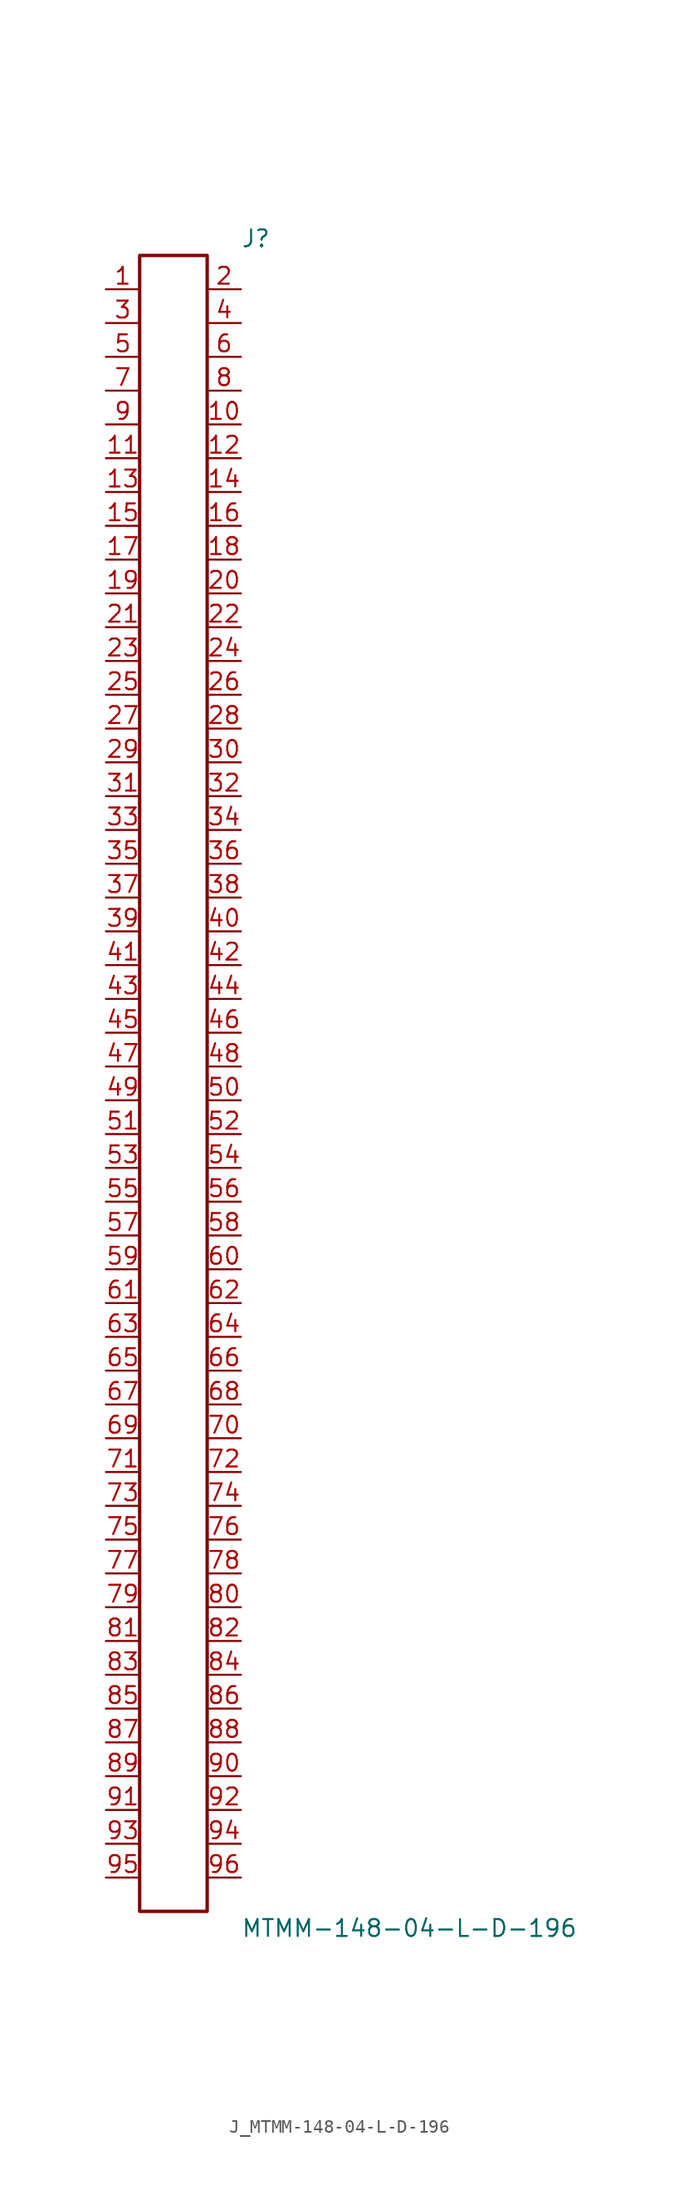
<source format=kicad_sym>
(kicad_symbol_lib
  (version 20231120)
  (generator kicad_symbol_editor)
  (generator_version 8.0)
  (symbol "J_MTMM-148-04-L-D-196"
    (pin_names
      (offset 0.254))
    (property "Reference" "J"
      (at 5.08 63.5 0)
      (effects (font (size 1.27 1.27)) (justify left)))
    (property "Value" "MTMM-148-04-L-D-196"
      (at 5.08 -63.5 0)
      (effects (font (size 1.27 1.27)) (justify left)))
    (symbol "J_MTMM-148-04-L-D-196_0_0"
      (pin passive line (at -5.08 59.69 0) (length 2.54) (name "" (effects (font (size 1.27 1.27)))) (number "1" (effects (font (size 1.27 1.27)))))
      (pin passive line (at 5.08 59.69 180) (length 2.54) (name "" (effects (font (size 1.27 1.27)))) (number "2" (effects (font (size 1.27 1.27)))))
      (pin passive line (at -5.08 57.15 0) (length 2.54) (name "" (effects (font (size 1.27 1.27)))) (number "3" (effects (font (size 1.27 1.27)))))
      (pin passive line (at 5.08 57.15 180) (length 2.54) (name "" (effects (font (size 1.27 1.27)))) (number "4" (effects (font (size 1.27 1.27)))))
      (pin passive line (at -5.08 54.61 0) (length 2.54) (name "" (effects (font (size 1.27 1.27)))) (number "5" (effects (font (size 1.27 1.27)))))
      (pin passive line (at 5.08 54.61 180) (length 2.54) (name "" (effects (font (size 1.27 1.27)))) (number "6" (effects (font (size 1.27 1.27)))))
      (pin passive line (at -5.08 52.07 0) (length 2.54) (name "" (effects (font (size 1.27 1.27)))) (number "7" (effects (font (size 1.27 1.27)))))
      (pin passive line (at 5.08 52.07 180) (length 2.54) (name "" (effects (font (size 1.27 1.27)))) (number "8" (effects (font (size 1.27 1.27)))))
      (pin passive line (at -5.08 49.53 0) (length 2.54) (name "" (effects (font (size 1.27 1.27)))) (number "9" (effects (font (size 1.27 1.27)))))
      (pin passive line (at 5.08 49.53 180) (length 2.54) (name "" (effects (font (size 1.27 1.27)))) (number "10" (effects (font (size 1.27 1.27)))))
      (pin passive line (at -5.08 46.99 0) (length 2.54) (name "" (effects (font (size 1.27 1.27)))) (number "11" (effects (font (size 1.27 1.27)))))
      (pin passive line (at 5.08 46.99 180) (length 2.54) (name "" (effects (font (size 1.27 1.27)))) (number "12" (effects (font (size 1.27 1.27)))))
      (pin passive line (at -5.08 44.45 0) (length 2.54) (name "" (effects (font (size 1.27 1.27)))) (number "13" (effects (font (size 1.27 1.27)))))
      (pin passive line (at 5.08 44.45 180) (length 2.54) (name "" (effects (font (size 1.27 1.27)))) (number "14" (effects (font (size 1.27 1.27)))))
      (pin passive line (at -5.08 41.91 0) (length 2.54) (name "" (effects (font (size 1.27 1.27)))) (number "15" (effects (font (size 1.27 1.27)))))
      (pin passive line (at 5.08 41.91 180) (length 2.54) (name "" (effects (font (size 1.27 1.27)))) (number "16" (effects (font (size 1.27 1.27)))))
      (pin passive line (at -5.08 39.37 0) (length 2.54) (name "" (effects (font (size 1.27 1.27)))) (number "17" (effects (font (size 1.27 1.27)))))
      (pin passive line (at 5.08 39.37 180) (length 2.54) (name "" (effects (font (size 1.27 1.27)))) (number "18" (effects (font (size 1.27 1.27)))))
      (pin passive line (at -5.08 36.83 0) (length 2.54) (name "" (effects (font (size 1.27 1.27)))) (number "19" (effects (font (size 1.27 1.27)))))
      (pin passive line (at 5.08 36.83 180) (length 2.54) (name "" (effects (font (size 1.27 1.27)))) (number "20" (effects (font (size 1.27 1.27)))))
      (pin passive line (at -5.08 34.29 0) (length 2.54) (name "" (effects (font (size 1.27 1.27)))) (number "21" (effects (font (size 1.27 1.27)))))
      (pin passive line (at 5.08 34.29 180) (length 2.54) (name "" (effects (font (size 1.27 1.27)))) (number "22" (effects (font (size 1.27 1.27)))))
      (pin passive line (at -5.08 31.75 0) (length 2.54) (name "" (effects (font (size 1.27 1.27)))) (number "23" (effects (font (size 1.27 1.27)))))
      (pin passive line (at 5.08 31.75 180) (length 2.54) (name "" (effects (font (size 1.27 1.27)))) (number "24" (effects (font (size 1.27 1.27)))))
      (pin passive line (at -5.08 29.21 0) (length 2.54) (name "" (effects (font (size 1.27 1.27)))) (number "25" (effects (font (size 1.27 1.27)))))
      (pin passive line (at 5.08 29.21 180) (length 2.54) (name "" (effects (font (size 1.27 1.27)))) (number "26" (effects (font (size 1.27 1.27)))))
      (pin passive line (at -5.08 26.67 0) (length 2.54) (name "" (effects (font (size 1.27 1.27)))) (number "27" (effects (font (size 1.27 1.27)))))
      (pin passive line (at 5.08 26.67 180) (length 2.54) (name "" (effects (font (size 1.27 1.27)))) (number "28" (effects (font (size 1.27 1.27)))))
      (pin passive line (at -5.08 24.13 0) (length 2.54) (name "" (effects (font (size 1.27 1.27)))) (number "29" (effects (font (size 1.27 1.27)))))
      (pin passive line (at 5.08 24.13 180) (length 2.54) (name "" (effects (font (size 1.27 1.27)))) (number "30" (effects (font (size 1.27 1.27)))))
      (pin passive line (at -5.08 21.59 0) (length 2.54) (name "" (effects (font (size 1.27 1.27)))) (number "31" (effects (font (size 1.27 1.27)))))
      (pin passive line (at 5.08 21.59 180) (length 2.54) (name "" (effects (font (size 1.27 1.27)))) (number "32" (effects (font (size 1.27 1.27)))))
      (pin passive line (at -5.08 19.05 0) (length 2.54) (name "" (effects (font (size 1.27 1.27)))) (number "33" (effects (font (size 1.27 1.27)))))
      (pin passive line (at 5.08 19.05 180) (length 2.54) (name "" (effects (font (size 1.27 1.27)))) (number "34" (effects (font (size 1.27 1.27)))))
      (pin passive line (at -5.08 16.51 0) (length 2.54) (name "" (effects (font (size 1.27 1.27)))) (number "35" (effects (font (size 1.27 1.27)))))
      (pin passive line (at 5.08 16.51 180) (length 2.54) (name "" (effects (font (size 1.27 1.27)))) (number "36" (effects (font (size 1.27 1.27)))))
      (pin passive line (at -5.08 13.97 0) (length 2.54) (name "" (effects (font (size 1.27 1.27)))) (number "37" (effects (font (size 1.27 1.27)))))
      (pin passive line (at 5.08 13.97 180) (length 2.54) (name "" (effects (font (size 1.27 1.27)))) (number "38" (effects (font (size 1.27 1.27)))))
      (pin passive line (at -5.08 11.43 0) (length 2.54) (name "" (effects (font (size 1.27 1.27)))) (number "39" (effects (font (size 1.27 1.27)))))
      (pin passive line (at 5.08 11.43 180) (length 2.54) (name "" (effects (font (size 1.27 1.27)))) (number "40" (effects (font (size 1.27 1.27)))))
      (pin passive line (at -5.08 8.89 0) (length 2.54) (name "" (effects (font (size 1.27 1.27)))) (number "41" (effects (font (size 1.27 1.27)))))
      (pin passive line (at 5.08 8.89 180) (length 2.54) (name "" (effects (font (size 1.27 1.27)))) (number "42" (effects (font (size 1.27 1.27)))))
      (pin passive line (at -5.08 6.35 0) (length 2.54) (name "" (effects (font (size 1.27 1.27)))) (number "43" (effects (font (size 1.27 1.27)))))
      (pin passive line (at 5.08 6.35 180) (length 2.54) (name "" (effects (font (size 1.27 1.27)))) (number "44" (effects (font (size 1.27 1.27)))))
      (pin passive line (at -5.08 3.81 0) (length 2.54) (name "" (effects (font (size 1.27 1.27)))) (number "45" (effects (font (size 1.27 1.27)))))
      (pin passive line (at 5.08 3.81 180) (length 2.54) (name "" (effects (font (size 1.27 1.27)))) (number "46" (effects (font (size 1.27 1.27)))))
      (pin passive line (at -5.08 1.27 0) (length 2.54) (name "" (effects (font (size 1.27 1.27)))) (number "47" (effects (font (size 1.27 1.27)))))
      (pin passive line (at 5.08 1.27 180) (length 2.54) (name "" (effects (font (size 1.27 1.27)))) (number "48" (effects (font (size 1.27 1.27)))))
      (pin passive line (at -5.08 -1.27 0) (length 2.54) (name "" (effects (font (size 1.27 1.27)))) (number "49" (effects (font (size 1.27 1.27)))))
      (pin passive line (at 5.08 -1.27 180) (length 2.54) (name "" (effects (font (size 1.27 1.27)))) (number "50" (effects (font (size 1.27 1.27)))))
      (pin passive line (at -5.08 -3.81 0) (length 2.54) (name "" (effects (font (size 1.27 1.27)))) (number "51" (effects (font (size 1.27 1.27)))))
      (pin passive line (at 5.08 -3.81 180) (length 2.54) (name "" (effects (font (size 1.27 1.27)))) (number "52" (effects (font (size 1.27 1.27)))))
      (pin passive line (at -5.08 -6.35 0) (length 2.54) (name "" (effects (font (size 1.27 1.27)))) (number "53" (effects (font (size 1.27 1.27)))))
      (pin passive line (at 5.08 -6.35 180) (length 2.54) (name "" (effects (font (size 1.27 1.27)))) (number "54" (effects (font (size 1.27 1.27)))))
      (pin passive line (at -5.08 -8.89 0) (length 2.54) (name "" (effects (font (size 1.27 1.27)))) (number "55" (effects (font (size 1.27 1.27)))))
      (pin passive line (at 5.08 -8.89 180) (length 2.54) (name "" (effects (font (size 1.27 1.27)))) (number "56" (effects (font (size 1.27 1.27)))))
      (pin passive line (at -5.08 -11.43 0) (length 2.54) (name "" (effects (font (size 1.27 1.27)))) (number "57" (effects (font (size 1.27 1.27)))))
      (pin passive line (at 5.08 -11.43 180) (length 2.54) (name "" (effects (font (size 1.27 1.27)))) (number "58" (effects (font (size 1.27 1.27)))))
      (pin passive line (at -5.08 -13.97 0) (length 2.54) (name "" (effects (font (size 1.27 1.27)))) (number "59" (effects (font (size 1.27 1.27)))))
      (pin passive line (at 5.08 -13.97 180) (length 2.54) (name "" (effects (font (size 1.27 1.27)))) (number "60" (effects (font (size 1.27 1.27)))))
      (pin passive line (at -5.08 -16.51 0) (length 2.54) (name "" (effects (font (size 1.27 1.27)))) (number "61" (effects (font (size 1.27 1.27)))))
      (pin passive line (at 5.08 -16.51 180) (length 2.54) (name "" (effects (font (size 1.27 1.27)))) (number "62" (effects (font (size 1.27 1.27)))))
      (pin passive line (at -5.08 -19.05 0) (length 2.54) (name "" (effects (font (size 1.27 1.27)))) (number "63" (effects (font (size 1.27 1.27)))))
      (pin passive line (at 5.08 -19.05 180) (length 2.54) (name "" (effects (font (size 1.27 1.27)))) (number "64" (effects (font (size 1.27 1.27)))))
      (pin passive line (at -5.08 -21.59 0) (length 2.54) (name "" (effects (font (size 1.27 1.27)))) (number "65" (effects (font (size 1.27 1.27)))))
      (pin passive line (at 5.08 -21.59 180) (length 2.54) (name "" (effects (font (size 1.27 1.27)))) (number "66" (effects (font (size 1.27 1.27)))))
      (pin passive line (at -5.08 -24.13 0) (length 2.54) (name "" (effects (font (size 1.27 1.27)))) (number "67" (effects (font (size 1.27 1.27)))))
      (pin passive line (at 5.08 -24.13 180) (length 2.54) (name "" (effects (font (size 1.27 1.27)))) (number "68" (effects (font (size 1.27 1.27)))))
      (pin passive line (at -5.08 -26.67 0) (length 2.54) (name "" (effects (font (size 1.27 1.27)))) (number "69" (effects (font (size 1.27 1.27)))))
      (pin passive line (at 5.08 -26.67 180) (length 2.54) (name "" (effects (font (size 1.27 1.27)))) (number "70" (effects (font (size 1.27 1.27)))))
      (pin passive line (at -5.08 -29.21 0) (length 2.54) (name "" (effects (font (size 1.27 1.27)))) (number "71" (effects (font (size 1.27 1.27)))))
      (pin passive line (at 5.08 -29.21 180) (length 2.54) (name "" (effects (font (size 1.27 1.27)))) (number "72" (effects (font (size 1.27 1.27)))))
      (pin passive line (at -5.08 -31.75 0) (length 2.54) (name "" (effects (font (size 1.27 1.27)))) (number "73" (effects (font (size 1.27 1.27)))))
      (pin passive line (at 5.08 -31.75 180) (length 2.54) (name "" (effects (font (size 1.27 1.27)))) (number "74" (effects (font (size 1.27 1.27)))))
      (pin passive line (at -5.08 -34.29 0) (length 2.54) (name "" (effects (font (size 1.27 1.27)))) (number "75" (effects (font (size 1.27 1.27)))))
      (pin passive line (at 5.08 -34.29 180) (length 2.54) (name "" (effects (font (size 1.27 1.27)))) (number "76" (effects (font (size 1.27 1.27)))))
      (pin passive line (at -5.08 -36.83 0) (length 2.54) (name "" (effects (font (size 1.27 1.27)))) (number "77" (effects (font (size 1.27 1.27)))))
      (pin passive line (at 5.08 -36.83 180) (length 2.54) (name "" (effects (font (size 1.27 1.27)))) (number "78" (effects (font (size 1.27 1.27)))))
      (pin passive line (at -5.08 -39.37 0) (length 2.54) (name "" (effects (font (size 1.27 1.27)))) (number "79" (effects (font (size 1.27 1.27)))))
      (pin passive line (at 5.08 -39.37 180) (length 2.54) (name "" (effects (font (size 1.27 1.27)))) (number "80" (effects (font (size 1.27 1.27)))))
      (pin passive line (at -5.08 -41.91 0) (length 2.54) (name "" (effects (font (size 1.27 1.27)))) (number "81" (effects (font (size 1.27 1.27)))))
      (pin passive line (at 5.08 -41.91 180) (length 2.54) (name "" (effects (font (size 1.27 1.27)))) (number "82" (effects (font (size 1.27 1.27)))))
      (pin passive line (at -5.08 -44.45 0) (length 2.54) (name "" (effects (font (size 1.27 1.27)))) (number "83" (effects (font (size 1.27 1.27)))))
      (pin passive line (at 5.08 -44.45 180) (length 2.54) (name "" (effects (font (size 1.27 1.27)))) (number "84" (effects (font (size 1.27 1.27)))))
      (pin passive line (at -5.08 -46.99 0) (length 2.54) (name "" (effects (font (size 1.27 1.27)))) (number "85" (effects (font (size 1.27 1.27)))))
      (pin passive line (at 5.08 -46.99 180) (length 2.54) (name "" (effects (font (size 1.27 1.27)))) (number "86" (effects (font (size 1.27 1.27)))))
      (pin passive line (at -5.08 -49.53 0) (length 2.54) (name "" (effects (font (size 1.27 1.27)))) (number "87" (effects (font (size 1.27 1.27)))))
      (pin passive line (at 5.08 -49.53 180) (length 2.54) (name "" (effects (font (size 1.27 1.27)))) (number "88" (effects (font (size 1.27 1.27)))))
      (pin passive line (at -5.08 -52.07 0) (length 2.54) (name "" (effects (font (size 1.27 1.27)))) (number "89" (effects (font (size 1.27 1.27)))))
      (pin passive line (at 5.08 -52.07 180) (length 2.54) (name "" (effects (font (size 1.27 1.27)))) (number "90" (effects (font (size 1.27 1.27)))))
      (pin passive line (at -5.08 -54.61 0) (length 2.54) (name "" (effects (font (size 1.27 1.27)))) (number "91" (effects (font (size 1.27 1.27)))))
      (pin passive line (at 5.08 -54.61 180) (length 2.54) (name "" (effects (font (size 1.27 1.27)))) (number "92" (effects (font (size 1.27 1.27)))))
      (pin passive line (at -5.08 -57.15 0) (length 2.54) (name "" (effects (font (size 1.27 1.27)))) (number "93" (effects (font (size 1.27 1.27)))))
      (pin passive line (at 5.08 -57.15 180) (length 2.54) (name "" (effects (font (size 1.27 1.27)))) (number "94" (effects (font (size 1.27 1.27)))))
      (pin passive line (at -5.08 -59.69 0) (length 2.54) (name "" (effects (font (size 1.27 1.27)))) (number "95" (effects (font (size 1.27 1.27)))))
      (pin passive line (at 5.08 -59.69 180) (length 2.54) (name "" (effects (font (size 1.27 1.27)))) (number "96" (effects (font (size 1.27 1.27))))))
    (symbol "J_MTMM-148-04-L-D-196_1_0"
      (rectangle (start -2.54 62.23) (end 2.54 -62.23) (stroke (width 0.254) (type solid)) (fill (type none))))))
</source>
